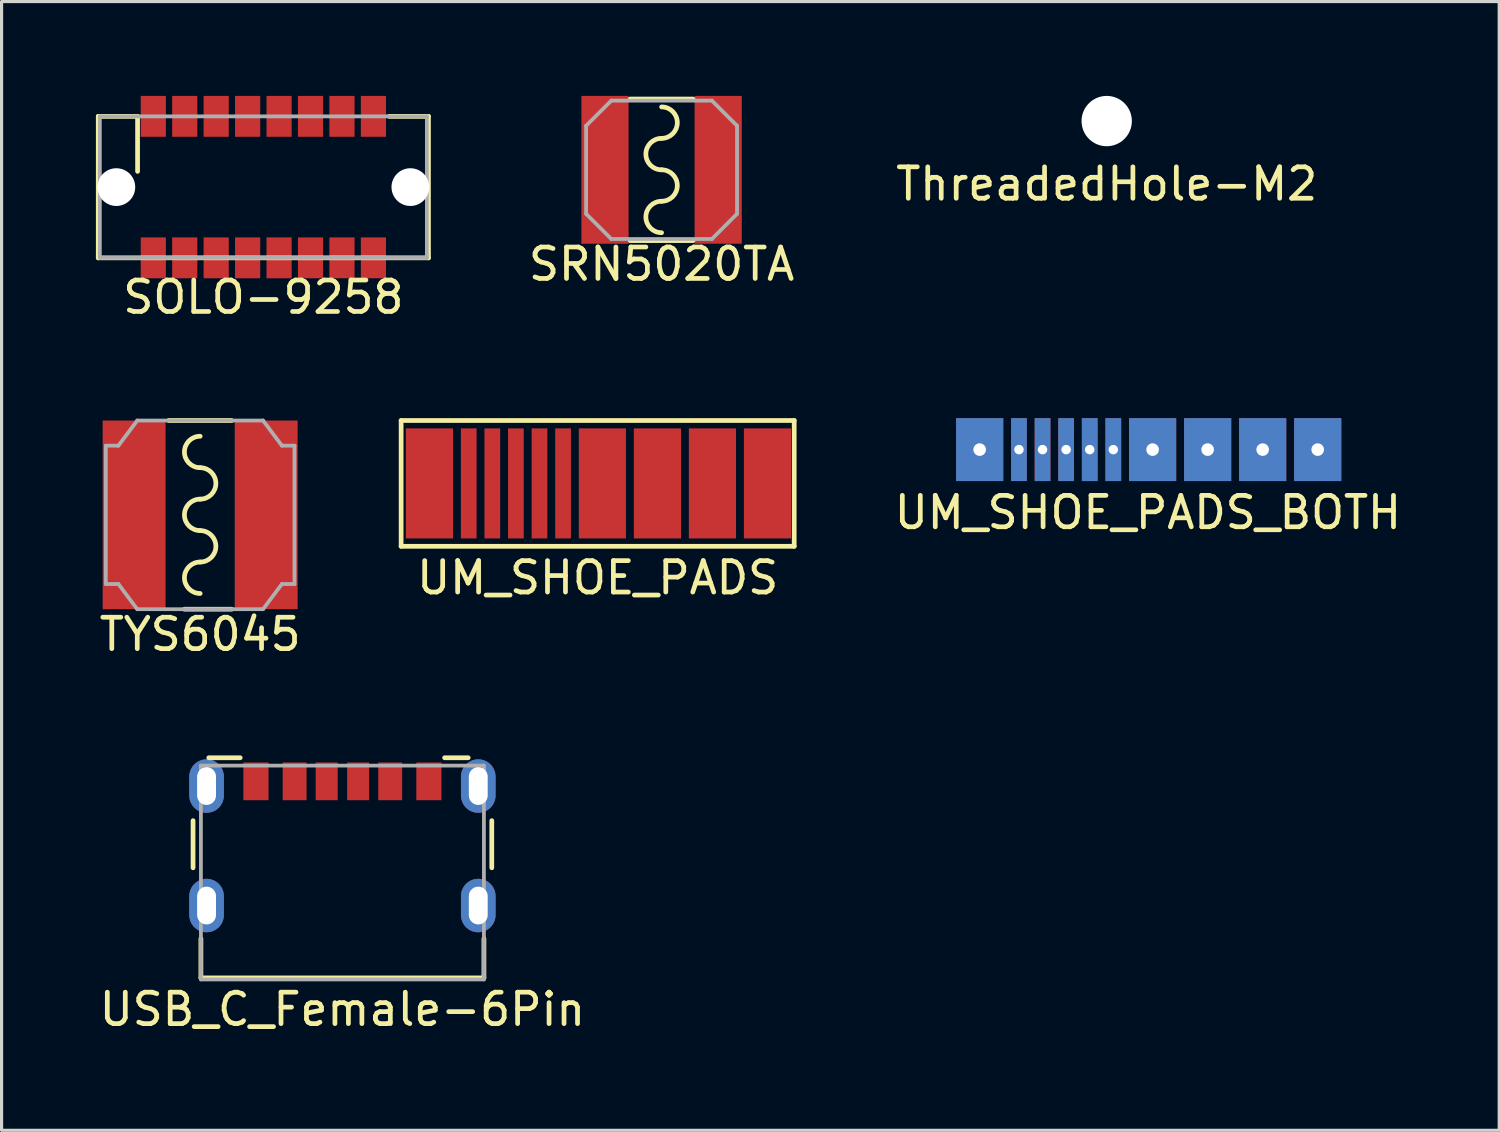
<source format=kicad_pcb>
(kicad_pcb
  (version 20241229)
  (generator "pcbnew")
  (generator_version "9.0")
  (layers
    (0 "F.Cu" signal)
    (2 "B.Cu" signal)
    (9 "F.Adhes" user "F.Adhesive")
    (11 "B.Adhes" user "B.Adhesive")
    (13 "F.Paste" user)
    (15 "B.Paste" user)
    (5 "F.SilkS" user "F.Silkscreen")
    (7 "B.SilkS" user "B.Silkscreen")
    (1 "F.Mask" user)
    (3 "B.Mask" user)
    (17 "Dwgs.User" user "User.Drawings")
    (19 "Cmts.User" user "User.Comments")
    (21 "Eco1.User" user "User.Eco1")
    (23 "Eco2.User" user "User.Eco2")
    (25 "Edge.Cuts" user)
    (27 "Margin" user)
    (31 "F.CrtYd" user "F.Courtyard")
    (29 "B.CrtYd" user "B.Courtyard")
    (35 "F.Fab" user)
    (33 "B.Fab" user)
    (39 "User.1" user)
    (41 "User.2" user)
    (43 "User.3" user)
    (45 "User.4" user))
  (footprint "UM_SHOE_PADS_BOTH"
    (layer "F.Cu")
    (at 33.454 11.248)
    (property "Reference" "UM_SHOE_PADS_BOTH" (at 0 2 0) (layer "F.SilkS") (effects (font (size 1 1) (thickness 0.15))))
    (attr exclude_from_pos_files exclude_from_bom)
    (pad "1" thru_hole rect (at -5.35 0) (size 1.5 2) (drill 0.4) (layers "*.Cu" "*.Mask"))
    (pad "2" thru_hole rect (at -4.1 0) (size 0.5 2) (drill 0.3) (layers "*.Cu" "*.Mask"))
    (pad "3" thru_hole rect (at -3.35 0) (size 0.5 2) (drill 0.3) (layers "*.Cu" "*.Mask"))
    (pad "4" thru_hole rect (at -2.6 0) (size 0.5 2) (drill 0.3) (layers "*.Cu" "*.Mask"))
    (pad "5" thru_hole rect (at -1.85 0) (size 0.5 2) (drill 0.3) (layers "*.Cu" "*.Mask"))
    (pad "6" thru_hole rect (at -1.1 0) (size 0.5 2) (drill 0.3) (layers "*.Cu" "*.Mask"))
    (pad "7" thru_hole rect (at 0.15 0) (size 1.5 2) (drill 0.4) (layers "*.Cu" "*.Mask"))
    (pad "8" thru_hole rect (at 1.9 0) (size 1.5 2) (drill 0.4) (layers "*.Cu" "*.Mask"))
    (pad "9" thru_hole rect (at 3.65 0) (size 1.5 2) (drill 0.4) (layers "*.Cu" "*.Mask"))
    (pad "10" thru_hole rect (at 5.4 0) (size 1.5 2) (drill 0.4) (layers "*.Cu" "*.Mask")))
  (footprint "TYS6045"
    (layer "F.Cu")
    (at 3.315 13.323)
    (property "Reference" "TYS6045" (at 0 3.8 0) (layer "F.SilkS") (effects (font (size 1 1) (thickness 0.15))))
    (attr smd)
    (fp_line (start -1 -3) (end 1 -3) (stroke (width 0.15) (type solid)) (layer "F.SilkS"))
    (fp_line (start -0.5 3) (end 1 3) (stroke (width 0.15) (type solid)) (layer "F.SilkS"))
    (fp_arc (start 0 -1.5) (mid -0.5 -2) (end 0 -2.5) (stroke (width 0.15) (type solid)) (layer "F.SilkS"))
    (fp_arc (start 0 -1.5) (mid 0.5 -1) (end 0 -0.5) (stroke (width 0.15) (type solid)) (layer "F.SilkS"))
    (fp_arc (start 0 0.5) (mid -0.5 0) (end 0 -0.5) (stroke (width 0.15) (type solid)) (layer "F.SilkS"))
    (fp_arc (start 0 0.5) (mid 0.5 1) (end 0 1.5) (stroke (width 0.15) (type solid)) (layer "F.SilkS"))
    (fp_arc (start 0 2.5) (mid -0.5 2) (end 0 1.5) (stroke (width 0.15) (type solid)) (layer "F.SilkS"))
    (fp_line (start -3 -2.2) (end -3 2.2) (stroke (width 0.12) (type solid)) (layer "F.Fab"))
    (fp_line (start -3 -2.2) (end -2.6 -2.2) (stroke (width 0.12) (type solid)) (layer "F.Fab"))
    (fp_line (start -3 2.2) (end -2.6 2.2) (stroke (width 0.12) (type solid)) (layer "F.Fab"))
    (fp_line (start -2.6 -2.2) (end -2 -3) (stroke (width 0.12) (type solid)) (layer "F.Fab"))
    (fp_line (start -2.6 2.2) (end -2 3) (stroke (width 0.12) (type solid)) (layer "F.Fab"))
    (fp_line (start -2 -3) (end 0 -3) (stroke (width 0.12) (type solid)) (layer "F.Fab"))
    (fp_line (start -2 3) (end 0 3) (stroke (width 0.12) (type solid)) (layer "F.Fab"))
    (fp_line (start 0 -3) (end 2 -3) (stroke (width 0.12) (type solid)) (layer "F.Fab"))
    (fp_line (start 0 3) (end 2 3) (stroke (width 0.12) (type solid)) (layer "F.Fab"))
    (fp_line (start 2 -3) (end 2.6 -2.2) (stroke (width 0.12) (type solid)) (layer "F.Fab"))
    (fp_line (start 2 3) (end 2.6 2.2) (stroke (width 0.12) (type solid)) (layer "F.Fab"))
    (fp_line (start 2.6 -2.2) (end 3 -2.2) (stroke (width 0.12) (type solid)) (layer "F.Fab"))
    (fp_line (start 2.6 2.2) (end 3 2.2) (stroke (width 0.12) (type solid)) (layer "F.Fab"))
    (fp_line (start 3 -2.2) (end 3 2.2) (stroke (width 0.12) (type solid)) (layer "F.Fab"))
    (pad "1" smd rect (at -2.1 0) (size 2 6) (layers "F.Cu" "F.Mask" "F.Paste"))
    (pad "2" smd rect (at 2.1 0) (size 2 6) (layers "F.Cu" "F.Mask" "F.Paste")))
  (footprint "ThreadedHole-M2"
    (layer "F.Cu")
    (at 32.144 0.8)
    (property "Reference" "ThreadedHole-M2" (at 0 2 0) (layer "F.SilkS") (effects (font (size 1 1) (thickness 0.15))))
    (attr exclude_from_pos_files exclude_from_bom)
    (pad "" np_thru_hole circle (at 0 0) (size 1.6 1.6) (drill 1.6) (layers "*.Cu" "*.Mask")))
  (footprint "UM_SHOE_PADS"
    (layer "F.Cu")
    (at 15.956 12.323)
    (property "Reference" "UM_SHOE_PADS" (at 0 3 0) (layer "F.SilkS") (effects (font (size 1 1) (thickness 0.15))))
    (attr exclude_from_pos_files exclude_from_bom)
    (fp_line (start -6.25 -2) (end -6.25 2) (stroke (width 0.15) (type solid)) (layer "F.SilkS"))
    (fp_line (start -6.25 2) (end 6.25 2) (stroke (width 0.15) (type solid)) (layer "F.SilkS"))
    (fp_line (start 6.25 -2) (end -6.25 -2) (stroke (width 0.15) (type solid)) (layer "F.SilkS"))
    (fp_line (start 6.25 2) (end 6.25 -2) (stroke (width 0.15) (type solid)) (layer "F.SilkS"))
    (pad "1" smd rect (at -5.35 0) (size 1.5 3.5) (layers "F.Cu" "F.Mask" "F.Paste"))
    (pad "2" smd rect (at -4.1 0) (size 0.5 3.5) (layers "F.Cu" "F.Mask" "F.Paste"))
    (pad "3" smd rect (at -3.35 0) (size 0.5 3.5) (layers "F.Cu" "F.Mask" "F.Paste"))
    (pad "4" smd rect (at -2.6 0) (size 0.5 3.5) (layers "F.Cu" "F.Mask" "F.Paste"))
    (pad "5" smd rect (at -1.85 0) (size 0.5 3.5) (layers "F.Cu" "F.Mask" "F.Paste"))
    (pad "6" smd rect (at -1.1 0) (size 0.5 3.5) (layers "F.Cu" "F.Mask" "F.Paste"))
    (pad "7" smd rect (at 0.15 0) (size 1.5 3.5) (layers "F.Cu" "F.Mask" "F.Paste"))
    (pad "8" smd rect (at 1.9 0) (size 1.5 3.5) (layers "F.Cu" "F.Mask" "F.Paste"))
    (pad "9" smd rect (at 3.65 0) (size 1.5 3.5) (layers "F.Cu" "F.Mask" "F.Paste"))
    (pad "10" smd rect (at 5.4 0) (size 1.5 3.5) (layers "F.Cu" "F.Mask" "F.Paste")))
  (footprint "SOLO-9258"
    (layer "F.Cu")
    (at 5.325 2.9)
    (property "Reference" "SOLO-9258" (at 0 3.5 0) (layer "F.SilkS") (effects (font (size 1 1) (thickness 0.15))))
    (attr smd)
    (fp_line (start -5.25 -2.25) (end -5.25 2.25) (stroke (width 0.15) (type solid)) (layer "F.SilkS"))
    (fp_line (start -5.25 2.25) (end 5.25 2.25) (stroke (width 0.15) (type solid)) (layer "F.SilkS"))
    (fp_line (start -4 -2.25) (end -5.25 -2.25) (stroke (width 0.15) (type solid)) (layer "F.SilkS"))
    (fp_line (start -4 -2.25) (end -4 -0.5) (stroke (width 0.15) (type solid)) (layer "F.SilkS"))
    (fp_line (start 5.25 -2.25) (end 4 -2.25) (stroke (width 0.15) (type solid)) (layer "F.SilkS"))
    (fp_line (start 5.25 2.25) (end 5.25 -2.25) (stroke (width 0.15) (type solid)) (layer "F.SilkS"))
    (fp_line (start -5.2 -2.25) (end -5.2 2.25) (stroke (width 0.12) (type solid)) (layer "F.Fab"))
    (fp_line (start 5.2 -2.25) (end -5.2 -2.25) (stroke (width 0.12) (type solid)) (layer "F.Fab"))
    (fp_line (start 5.2 -2.25) (end 5.2 2.25) (stroke (width 0.12) (type solid)) (layer "F.Fab"))
    (fp_line (start 5.2 2.25) (end -5.2 2.25) (stroke (width 0.12) (type solid)) (layer "F.Fab"))
    (pad "" np_thru_hole circle (at -4.675 0) (size 1.2 1.2) (drill 1.2) (layers "*.Cu" "*.Mask"))
    (pad "" np_thru_hole circle (at 4.675 0) (size 1.2 1.2) (drill 1.2) (layers "*.Cu" "*.Mask"))
    (pad "1" smd rect (at -3.5 -2.25) (size 0.8 1.3) (layers "F.Cu" "F.Mask" "F.Paste"))
    (pad "1" smd rect (at -3.5 2.25) (size 0.8 1.3) (layers "F.Cu" "F.Mask" "F.Paste"))
    (pad "2" smd rect (at -2.5 -2.25) (size 0.8 1.3) (layers "F.Cu" "F.Mask" "F.Paste"))
    (pad "2" smd rect (at -2.5 2.25) (size 0.8 1.3) (layers "F.Cu" "F.Mask" "F.Paste"))
    (pad "3" smd rect (at -1.5 -2.25) (size 0.8 1.3) (layers "F.Cu" "F.Mask" "F.Paste"))
    (pad "3" smd rect (at -1.5 2.25) (size 0.8 1.3) (layers "F.Cu" "F.Mask" "F.Paste"))
    (pad "4" smd rect (at -0.5 -2.25) (size 0.8 1.3) (layers "F.Cu" "F.Mask" "F.Paste"))
    (pad "4" smd rect (at -0.5 2.25) (size 0.8 1.3) (layers "F.Cu" "F.Mask" "F.Paste"))
    (pad "5" smd rect (at 0.5 -2.25) (size 0.8 1.3) (layers "F.Cu" "F.Mask" "F.Paste"))
    (pad "5" smd rect (at 0.5 2.25) (size 0.8 1.3) (layers "F.Cu" "F.Mask" "F.Paste"))
    (pad "6" smd rect (at 1.5 -2.25) (size 0.8 1.3) (layers "F.Cu" "F.Mask" "F.Paste"))
    (pad "6" smd rect (at 1.5 2.25) (size 0.8 1.3) (layers "F.Cu" "F.Mask" "F.Paste"))
    (pad "7" smd rect (at 2.5 -2.25) (size 0.8 1.3) (layers "F.Cu" "F.Mask" "F.Paste"))
    (pad "7" smd rect (at 2.5 2.25) (size 0.8 1.3) (layers "F.Cu" "F.Mask" "F.Paste"))
    (pad "8" smd rect (at 3.5 -2.25) (size 0.8 1.3) (layers "F.Cu" "F.Mask" "F.Paste"))
    (pad "8" smd rect (at 3.5 2.25) (size 0.8 1.3) (layers "F.Cu" "F.Mask" "F.Paste")))
  (footprint "USB_C_Female-6Pin"
    (layer "F.Cu")
    (at 7.839 21.797)
    (property "Reference" "USB_C_Female-6Pin" (at 0 7.25 0) (layer "F.SilkS") (effects (font (size 1 1) (thickness 0.15))))
    (attr through_hole)
    (fp_line (start -4.75 2.75) (end -4.75 1.25) (stroke (width 0.15) (type solid)) (layer "F.SilkS"))
    (fp_line (start -4.5 5) (end -4.5 6.25) (stroke (width 0.15) (type solid)) (layer "F.SilkS"))
    (fp_line (start -4.5 6.25) (end 4.5 6.25) (stroke (width 0.15) (type solid)) (layer "F.SilkS"))
    (fp_line (start -4.25 -0.75) (end -3.25 -0.75) (stroke (width 0.15) (type solid)) (layer "F.SilkS"))
    (fp_line (start 3.25 -0.75) (end 4 -0.75) (stroke (width 0.15) (type solid)) (layer "F.SilkS"))
    (fp_line (start 4.5 6.25) (end 4.5 5) (stroke (width 0.15) (type solid)) (layer "F.SilkS"))
    (fp_line (start 4.75 2.75) (end 4.75 1.25) (stroke (width 0.15) (type solid)) (layer "F.SilkS"))
    (fp_line (start -4.5 -0.5) (end 4.5 -0.5) (stroke (width 0.12) (type solid)) (layer "F.Fab"))
    (fp_line (start -4.5 6.3) (end -4.5 -0.5) (stroke (width 0.12) (type solid)) (layer "F.Fab"))
    (fp_line (start 4.5 -0.5) (end 4.5 6.3) (stroke (width 0.12) (type solid)) (layer "F.Fab"))
    (fp_line (start 4.5 6.3) (end -4.5 6.3) (stroke (width 0.12) (type solid)) (layer "F.Fab"))
    (pad "A5" smd rect (at -0.5 0) (size 0.7 1.2) (layers "F.Cu" "F.Mask" "F.Paste"))
    (pad "A9" smd rect (at 1.52 0) (size 0.76 1.2) (layers "F.Cu" "F.Mask" "F.Paste"))
    (pad "A12" smd rect (at 2.75 0) (size 0.8 1.2) (layers "F.Cu" "F.Mask" "F.Paste"))
    (pad "B5" smd rect (at 0.5 0) (size 0.7 1.2) (layers "F.Cu" "F.Mask" "F.Paste"))
    (pad "B9" smd rect (at -1.52 0) (size 0.76 1.2) (layers "F.Cu" "F.Mask" "F.Paste"))
    (pad "B12" smd rect (at -2.75 0) (size 0.8 1.2) (layers "F.Cu" "F.Mask" "F.Paste"))
    (pad "S1" thru_hole oval (at -4.32 0.15) (size 1.1 1.7) (drill oval 0.6 1.2) (layers "*.Cu" "*.Mask"))
    (pad "S1" thru_hole oval (at -4.32 3.95) (size 1.1 1.7) (drill oval 0.6 1.2) (layers "*.Cu" "*.Mask"))
    (pad "S1" thru_hole oval (at 4.32 0.15) (size 1.1 1.7) (drill oval 0.6 1.2) (layers "*.Cu" "*.Mask"))
    (pad "S1" thru_hole oval (at 4.32 3.95) (size 1.1 1.7) (drill oval 0.6 1.2) (layers "*.Cu" "*.Mask")))
  (footprint "SRN5020TA"
    (layer "F.Cu")
    (at 17.989 2.35)
    (property "Reference" "SRN5020TA" (at 0 3 0) (layer "F.SilkS") (effects (font (size 1 1) (thickness 0.15))))
    (attr smd)
    (fp_line (start -1 -2.25) (end 1 -2.25) (stroke (width 0.15) (type solid)) (layer "F.SilkS"))
    (fp_line (start -1 2.25) (end 1 2.25) (stroke (width 0.15) (type solid)) (layer "F.SilkS"))
    (fp_arc (start 0 -2) (mid 0.5 -1.5) (end 0 -1) (stroke (width 0.15) (type solid)) (layer "F.SilkS"))
    (fp_arc (start 0 0) (mid -0.5 -0.5) (end 0 -1) (stroke (width 0.15) (type solid)) (layer "F.SilkS"))
    (fp_arc (start 0 0) (mid 0.5 0.5) (end 0 1) (stroke (width 0.15) (type solid)) (layer "F.SilkS"))
    (fp_arc (start 0 2) (mid -0.5 1.5) (end 0 1) (stroke (width 0.15) (type solid)) (layer "F.SilkS"))
    (fp_line (start -2.4 -1.4) (end -2.4 1.4) (stroke (width 0.12) (type solid)) (layer "F.Fab"))
    (fp_line (start -2.4 1.4) (end -1.6 2.2) (stroke (width 0.12) (type solid)) (layer "F.Fab"))
    (fp_line (start -1.6 -2.2) (end -2.4 -1.4) (stroke (width 0.12) (type solid)) (layer "F.Fab"))
    (fp_line (start -1.6 2.2) (end 1.6 2.2) (stroke (width 0.12) (type solid)) (layer "F.Fab"))
    (fp_line (start 1.6 -2.2) (end -1.6 -2.2) (stroke (width 0.12) (type solid)) (layer "F.Fab"))
    (fp_line (start 1.6 2.2) (end 2.4 1.4) (stroke (width 0.12) (type solid)) (layer "F.Fab"))
    (fp_line (start 2.4 -1.4) (end 1.6 -2.2) (stroke (width 0.12) (type solid)) (layer "F.Fab"))
    (fp_line (start 2.4 1.4) (end 2.4 -1.4) (stroke (width 0.12) (type solid)) (layer "F.Fab"))
    (pad "1" smd rect (at -1.8 0) (size 1.5 4.7) (layers "F.Cu" "F.Mask" "F.Paste"))
    (pad "2" smd rect (at 1.8 0) (size 1.5 4.7) (layers "F.Cu" "F.Mask" "F.Paste")))
  (gr_rect
    (start -3 -3)
    (end 44.626 32.895)
    (stroke (width 0.1) (type default))
    (fill no)
    (layer "Edge.Cuts")))
</source>
